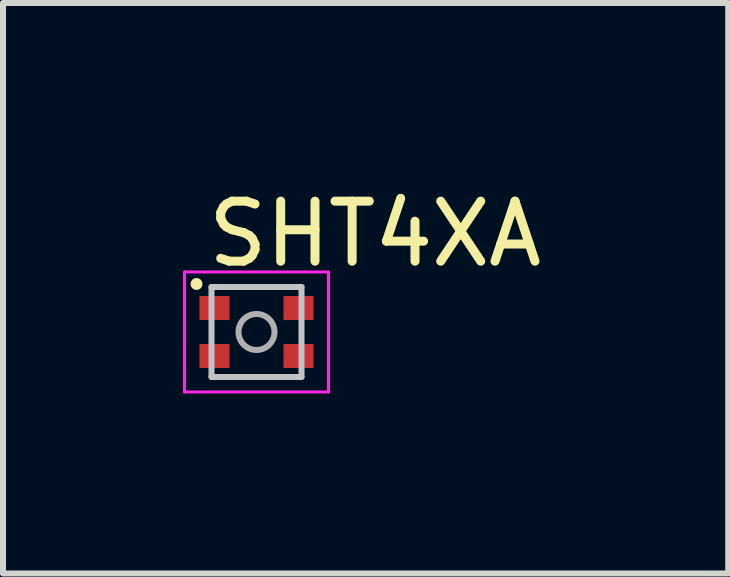
<source format=kicad_pcb>
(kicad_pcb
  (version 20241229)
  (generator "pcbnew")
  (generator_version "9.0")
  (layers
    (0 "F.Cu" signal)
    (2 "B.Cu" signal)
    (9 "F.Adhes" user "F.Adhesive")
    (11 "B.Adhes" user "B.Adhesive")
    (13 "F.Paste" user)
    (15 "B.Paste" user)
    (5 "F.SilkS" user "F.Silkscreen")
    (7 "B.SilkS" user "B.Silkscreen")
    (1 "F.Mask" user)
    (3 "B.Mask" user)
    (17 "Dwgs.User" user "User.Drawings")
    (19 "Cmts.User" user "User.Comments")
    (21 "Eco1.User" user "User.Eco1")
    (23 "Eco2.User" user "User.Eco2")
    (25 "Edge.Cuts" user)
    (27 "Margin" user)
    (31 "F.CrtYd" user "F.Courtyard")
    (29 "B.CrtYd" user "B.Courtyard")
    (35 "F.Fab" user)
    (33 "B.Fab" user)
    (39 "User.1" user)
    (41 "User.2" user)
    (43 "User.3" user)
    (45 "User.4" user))
  (footprint "SHT4XA"
    (layer "F.Cu")
    (at 1.225 2.483)
    (property "Reference" "SHT4XA" (at 1.975 -1.635 0) (layer "F.SilkS") (effects (font (size 1 1) (thickness 0.15))))
    (attr through_hole)
    (fp_line (start -0.7 -0.75) (end 0.7 -0.75) (stroke (width 0.1) (type solid)) (layer "F.SilkS"))
    (fp_line (start -0.7 0.75) (end 0.7 0.75) (stroke (width 0.1) (type solid)) (layer "F.SilkS"))
    (fp_circle (center -1 -0.8) (end -0.95 -0.8) (stroke (width 0.1) (type solid)) (fill no) (layer "F.SilkS"))
    (fp_line (start -0.75 -0.75) (end -0.75 0.75) (stroke (width 0.1) (type solid)) (layer "Dwgs.User"))
    (fp_line (start -0.75 0.75) (end 0.75 0.75) (stroke (width 0.1) (type solid)) (layer "Dwgs.User"))
    (fp_line (start 0.75 -0.75) (end -0.75 -0.75) (stroke (width 0.1) (type solid)) (layer "Dwgs.User"))
    (fp_line (start 0.75 0.75) (end 0.75 -0.75) (stroke (width 0.1) (type solid)) (layer "Dwgs.User"))
    (fp_line (start -1.2 -1) (end -1.2 1) (stroke (width 0.05) (type solid)) (layer "F.CrtYd"))
    (fp_line (start -1.2 1) (end 1.2 1) (stroke (width 0.05) (type solid)) (layer "F.CrtYd"))
    (fp_line (start 1.2 -1) (end -1.2 -1) (stroke (width 0.05) (type solid)) (layer "F.CrtYd"))
    (fp_line (start 1.2 1) (end 1.2 -1) (stroke (width 0.05) (type solid)) (layer "F.CrtYd"))
    (fp_circle (center 0 0) (end 0.3 0) (stroke (width 0.1) (type solid)) (fill no) (layer "F.Fab"))
    (pad "1" smd rect (at -0.7 -0.4) (size 0.5 0.4) (layers "F.Cu" "F.Mask" "F.Paste"))
    (pad "2" smd rect (at -0.7 0.4) (size 0.5 0.4) (layers "F.Cu" "F.Mask" "F.Paste"))
    (pad "3" smd rect (at 0.7 0.4) (size 0.5 0.4) (layers "F.Cu" "F.Mask" "F.Paste"))
    (pad "4" smd rect (at 0.7 -0.4) (size 0.5 0.4) (layers "F.Cu" "F.Mask" "F.Paste")))
  (gr_rect
    (start -3 -3)
    (end 9.087 6.508)
    (stroke (width 0.1) (type default))
    (fill no)
    (layer "Edge.Cuts")))
</source>
